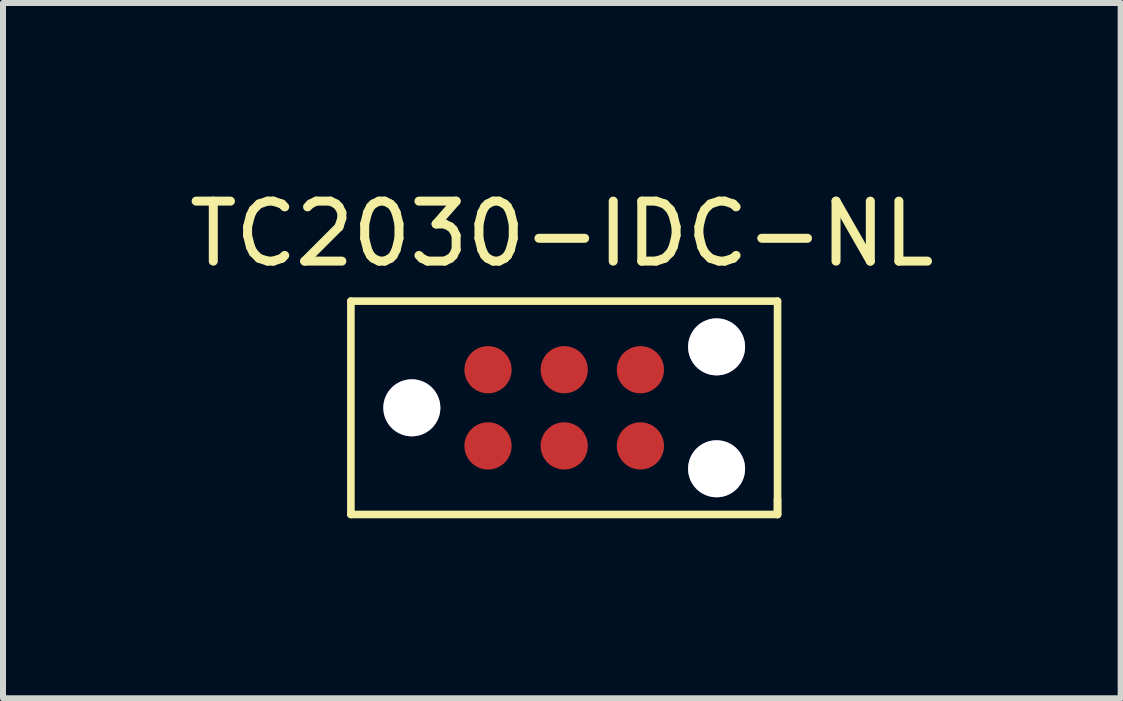
<source format=kicad_pcb>
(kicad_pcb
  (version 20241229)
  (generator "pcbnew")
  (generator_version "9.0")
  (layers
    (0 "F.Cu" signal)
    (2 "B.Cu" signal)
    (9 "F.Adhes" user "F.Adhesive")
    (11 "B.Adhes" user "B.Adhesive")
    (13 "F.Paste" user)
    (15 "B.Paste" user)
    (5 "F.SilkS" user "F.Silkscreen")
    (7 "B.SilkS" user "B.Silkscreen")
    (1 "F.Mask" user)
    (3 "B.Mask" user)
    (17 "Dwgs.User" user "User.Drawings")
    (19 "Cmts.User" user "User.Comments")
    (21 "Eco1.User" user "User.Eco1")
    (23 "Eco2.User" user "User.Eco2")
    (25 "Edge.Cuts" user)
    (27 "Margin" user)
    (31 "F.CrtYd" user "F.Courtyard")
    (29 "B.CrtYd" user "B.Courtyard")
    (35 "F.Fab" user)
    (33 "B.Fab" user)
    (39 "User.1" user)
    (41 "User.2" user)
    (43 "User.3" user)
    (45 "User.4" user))
  (footprint "TC2030-IDC-NL"
    (layer "F.Cu")
    (at 3.815 3.748)
    (property "Reference" "TC2030-IDC-NL" (at 2.5 -2.9 0) (layer "F.SilkS") (effects (font (size 1 1) (thickness 0.15))))
    (attr through_hole)
    (fp_line (start -1.016 -1.778) (end -1.016 1.778) (stroke (width 0.127) (type solid)) (layer "F.SilkS"))
    (fp_line (start -1.016 1.778) (end 6.096 1.778) (stroke (width 0.127) (type solid)) (layer "F.SilkS"))
    (fp_line (start 6.096 -1.778) (end -1.016 -1.778) (stroke (width 0.127) (type solid)) (layer "F.SilkS"))
    (fp_line (start 6.096 -1.778) (end 6.096 1.778) (stroke (width 0.127) (type solid)) (layer "F.SilkS"))
    (fp_line (start 6.096 1.778) (end 6.096 1.524) (stroke (width 0.127) (type solid)) (layer "F.SilkS"))
    (pad "1" smd circle (at 1.27 0.635) (size 0.787 0.787) (layers "F.Cu"))
    (pad "2" smd circle (at 1.27 -0.635) (size 0.787 0.787) (layers "F.Cu"))
    (pad "3" smd circle (at 2.54 0.635) (size 0.787 0.787) (layers "F.Cu"))
    (pad "4" smd circle (at 2.54 -0.635) (size 0.787 0.787) (layers "F.Cu"))
    (pad "5" thru_hole circle (at 0 0) (size 0.95 0.95) (drill 0.95) (layers "*.Cu"))
    (pad "5" smd circle (at 3.81 0.635) (size 0.787 0.787) (layers "F.Cu"))
    (pad "6" smd circle (at 3.81 -0.635) (size 0.787 0.787) (layers "F.Cu"))
    (pad "6" thru_hole circle (at 5.08 -1.016) (size 0.95 0.95) (drill 0.95) (layers "*.Cu"))
    (pad "7" thru_hole circle (at 5.08 1.016) (size 0.95 0.95) (drill 0.95) (layers "*.Cu")))
  (gr_rect
    (start -3 -3)
    (end 15.631 8.59)
    (stroke (width 0.1) (type default))
    (fill no)
    (layer "Edge.Cuts")))
</source>
